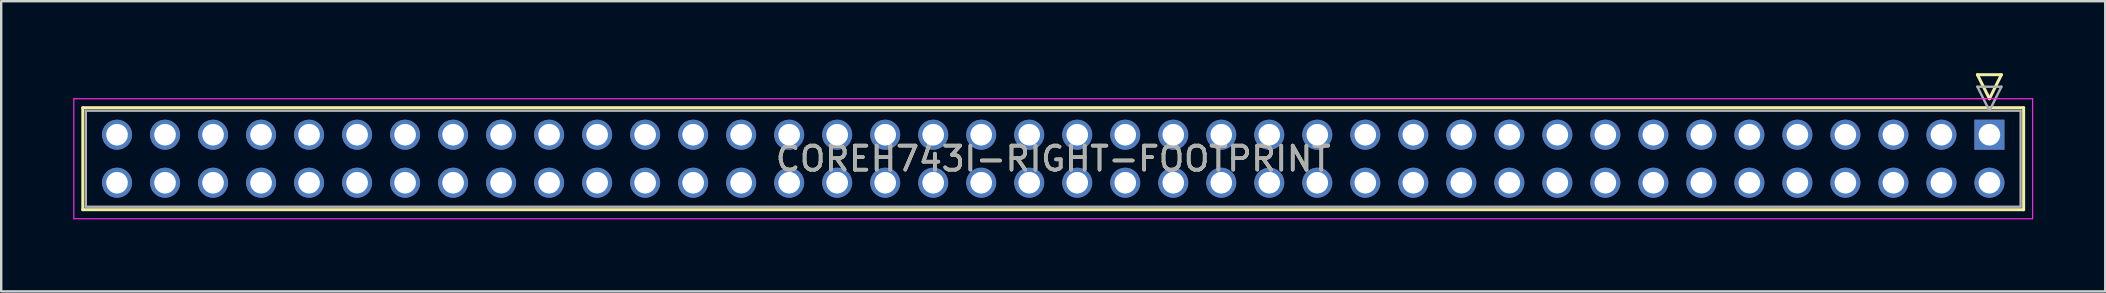
<source format=kicad_pcb>
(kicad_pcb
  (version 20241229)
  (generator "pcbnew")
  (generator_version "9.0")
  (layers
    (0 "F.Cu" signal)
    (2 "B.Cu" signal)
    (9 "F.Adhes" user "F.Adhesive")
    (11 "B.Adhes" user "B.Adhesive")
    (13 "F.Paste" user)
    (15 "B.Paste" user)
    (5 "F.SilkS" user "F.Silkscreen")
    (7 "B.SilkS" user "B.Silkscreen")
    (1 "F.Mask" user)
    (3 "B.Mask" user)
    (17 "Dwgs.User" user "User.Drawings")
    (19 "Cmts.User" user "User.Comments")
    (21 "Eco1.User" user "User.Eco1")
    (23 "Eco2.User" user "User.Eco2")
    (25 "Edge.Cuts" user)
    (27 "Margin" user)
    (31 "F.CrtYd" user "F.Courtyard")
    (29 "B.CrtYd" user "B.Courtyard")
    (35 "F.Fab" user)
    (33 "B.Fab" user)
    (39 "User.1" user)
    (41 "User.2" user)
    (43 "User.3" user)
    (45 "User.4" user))
  (footprint "COREH743I-RIGHT-FOOTPRINT"
    (layer "F.Cu")
    (at 79.825 2.562)
    (property "Reference" "COREH743I-RIGHT-FOOTPRINT" (at -39 1 0) (unlocked yes) (layer "F.SilkS") (effects (font (size 1 1) (thickness 0.15))))
    (attr through_hole)
    (fp_line (start -79.425 -1.125) (end -79.425 3.125) (stroke (width 0.125) (type solid)) (layer "F.SilkS"))
    (fp_line (start -79.425 3.125) (end 1.425 3.125) (stroke (width 0.125) (type solid)) (layer "F.SilkS"))
    (fp_line (start -0.5 -2.5) (end 0.5 -2.5) (stroke (width 0.125) (type solid)) (layer "F.SilkS"))
    (fp_line (start 0 -1.5) (end -0.5 -2.5) (stroke (width 0.125) (type solid)) (layer "F.SilkS"))
    (fp_line (start 0.5 -2.5) (end 0 -1.5) (stroke (width 0.125) (type solid)) (layer "F.SilkS"))
    (fp_line (start 1.425 -1.125) (end -79.425 -1.125) (stroke (width 0.125) (type solid)) (layer "F.SilkS"))
    (fp_line (start 1.425 3.125) (end 1.425 -1.125) (stroke (width 0.125) (type solid)) (layer "F.SilkS"))
    (fp_line (start -79.8 -1.5) (end -79.8 3.5) (stroke (width 0.05) (type solid)) (layer "F.CrtYd"))
    (fp_line (start -79.8 3.5) (end 1.8 3.5) (stroke (width 0.05) (type solid)) (layer "F.CrtYd"))
    (fp_line (start 1.8 -1.5) (end -79.8 -1.5) (stroke (width 0.05) (type solid)) (layer "F.CrtYd"))
    (fp_line (start 1.8 3.5) (end 1.8 -1.5) (stroke (width 0.05) (type solid)) (layer "F.CrtYd"))
    (fp_line (start -79.3 -1) (end -79.3 3) (stroke (width 0.1) (type solid)) (layer "F.Fab"))
    (fp_line (start -79.3 3) (end 1.3 3) (stroke (width 0.1) (type solid)) (layer "F.Fab"))
    (fp_line (start -0.5 -2) (end 0.5 -2) (stroke (width 0.1) (type solid)) (layer "F.Fab"))
    (fp_line (start 0 -1) (end -0.5 -2) (stroke (width 0.1) (type solid)) (layer "F.Fab"))
    (fp_line (start 0.5 -2) (end 0 -1) (stroke (width 0.1) (type solid)) (layer "F.Fab"))
    (fp_line (start 1.3 -1) (end -79.3 -1) (stroke (width 0.1) (type solid)) (layer "F.Fab"))
    (fp_line (start 1.3 3) (end 1.3 -1) (stroke (width 0.1) (type solid)) (layer "F.Fab"))
    (fp_text user "${REFERENCE}" (at -39 1 0) (unlocked yes) (layer "F.Fab") (effects (font (size 1 1) (thickness 0.15))))
    (pad "1" thru_hole rect (at 0 0) (size 1.25 1.25) (drill 0.9) (layers "*.Cu" "*.Mask"))
    (pad "2" thru_hole circle (at 0 2) (size 1.25 1.25) (drill 0.9) (layers "*.Cu" "*.Mask"))
    (pad "3" thru_hole circle (at -2 0) (size 1.25 1.25) (drill 0.9) (layers "*.Cu" "*.Mask"))
    (pad "4" thru_hole circle (at -2 2) (size 1.25 1.25) (drill 0.9) (layers "*.Cu" "*.Mask"))
    (pad "5" thru_hole circle (at -4 0) (size 1.25 1.25) (drill 0.9) (layers "*.Cu" "*.Mask"))
    (pad "6" thru_hole circle (at -4 2) (size 1.25 1.25) (drill 0.9) (layers "*.Cu" "*.Mask"))
    (pad "7" thru_hole circle (at -6 0) (size 1.25 1.25) (drill 0.9) (layers "*.Cu" "*.Mask"))
    (pad "8" thru_hole circle (at -6 2) (size 1.25 1.25) (drill 0.9) (layers "*.Cu" "*.Mask"))
    (pad "9" thru_hole circle (at -8 0) (size 1.25 1.25) (drill 0.9) (layers "*.Cu" "*.Mask"))
    (pad "10" thru_hole circle (at -8 2) (size 1.25 1.25) (drill 0.9) (layers "*.Cu" "*.Mask"))
    (pad "11" thru_hole circle (at -10 0) (size 1.25 1.25) (drill 0.9) (layers "*.Cu" "*.Mask"))
    (pad "12" thru_hole circle (at -10 2) (size 1.25 1.25) (drill 0.9) (layers "*.Cu" "*.Mask"))
    (pad "13" thru_hole circle (at -12 0) (size 1.25 1.25) (drill 0.9) (layers "*.Cu" "*.Mask"))
    (pad "14" thru_hole circle (at -12 2) (size 1.25 1.25) (drill 0.9) (layers "*.Cu" "*.Mask"))
    (pad "15" thru_hole circle (at -14 0) (size 1.25 1.25) (drill 0.9) (layers "*.Cu" "*.Mask"))
    (pad "16" thru_hole circle (at -14 2) (size 1.25 1.25) (drill 0.9) (layers "*.Cu" "*.Mask"))
    (pad "17" thru_hole circle (at -16 0) (size 1.25 1.25) (drill 0.9) (layers "*.Cu" "*.Mask"))
    (pad "18" thru_hole circle (at -16 2) (size 1.25 1.25) (drill 0.9) (layers "*.Cu" "*.Mask"))
    (pad "19" thru_hole circle (at -18 0) (size 1.25 1.25) (drill 0.9) (layers "*.Cu" "*.Mask"))
    (pad "20" thru_hole circle (at -18 2) (size 1.25 1.25) (drill 0.9) (layers "*.Cu" "*.Mask"))
    (pad "21" thru_hole circle (at -20 0) (size 1.25 1.25) (drill 0.9) (layers "*.Cu" "*.Mask"))
    (pad "22" thru_hole circle (at -20 2) (size 1.25 1.25) (drill 0.9) (layers "*.Cu" "*.Mask"))
    (pad "23" thru_hole circle (at -22 0) (size 1.25 1.25) (drill 0.9) (layers "*.Cu" "*.Mask"))
    (pad "24" thru_hole circle (at -22 2) (size 1.25 1.25) (drill 0.9) (layers "*.Cu" "*.Mask"))
    (pad "25" thru_hole circle (at -24 0) (size 1.25 1.25) (drill 0.9) (layers "*.Cu" "*.Mask"))
    (pad "26" thru_hole circle (at -24 2) (size 1.25 1.25) (drill 0.9) (layers "*.Cu" "*.Mask"))
    (pad "27" thru_hole circle (at -26 0) (size 1.25 1.25) (drill 0.9) (layers "*.Cu" "*.Mask"))
    (pad "28" thru_hole circle (at -26 2) (size 1.25 1.25) (drill 0.9) (layers "*.Cu" "*.Mask"))
    (pad "29" thru_hole circle (at -28 0) (size 1.25 1.25) (drill 0.9) (layers "*.Cu" "*.Mask"))
    (pad "30" thru_hole circle (at -28 2) (size 1.25 1.25) (drill 0.9) (layers "*.Cu" "*.Mask"))
    (pad "31" thru_hole circle (at -30 0) (size 1.25 1.25) (drill 0.9) (layers "*.Cu" "*.Mask"))
    (pad "32" thru_hole circle (at -30 2) (size 1.25 1.25) (drill 0.9) (layers "*.Cu" "*.Mask"))
    (pad "33" thru_hole circle (at -32 0) (size 1.25 1.25) (drill 0.9) (layers "*.Cu" "*.Mask"))
    (pad "34" thru_hole circle (at -32 2) (size 1.25 1.25) (drill 0.9) (layers "*.Cu" "*.Mask"))
    (pad "35" thru_hole circle (at -34 0) (size 1.25 1.25) (drill 0.9) (layers "*.Cu" "*.Mask"))
    (pad "36" thru_hole circle (at -34 2) (size 1.25 1.25) (drill 0.9) (layers "*.Cu" "*.Mask"))
    (pad "37" thru_hole circle (at -36 0) (size 1.25 1.25) (drill 0.9) (layers "*.Cu" "*.Mask"))
    (pad "38" thru_hole circle (at -36 2) (size 1.25 1.25) (drill 0.9) (layers "*.Cu" "*.Mask"))
    (pad "39" thru_hole circle (at -38 0) (size 1.25 1.25) (drill 0.9) (layers "*.Cu" "*.Mask"))
    (pad "40" thru_hole circle (at -38 2) (size 1.25 1.25) (drill 0.9) (layers "*.Cu" "*.Mask"))
    (pad "41" thru_hole circle (at -40 0) (size 1.25 1.25) (drill 0.9) (layers "*.Cu" "*.Mask"))
    (pad "42" thru_hole circle (at -40 2) (size 1.25 1.25) (drill 0.9) (layers "*.Cu" "*.Mask"))
    (pad "43" thru_hole circle (at -42 0) (size 1.25 1.25) (drill 0.9) (layers "*.Cu" "*.Mask"))
    (pad "44" thru_hole circle (at -42 2) (size 1.25 1.25) (drill 0.9) (layers "*.Cu" "*.Mask"))
    (pad "45" thru_hole circle (at -44 0) (size 1.25 1.25) (drill 0.9) (layers "*.Cu" "*.Mask"))
    (pad "46" thru_hole circle (at -44 2) (size 1.25 1.25) (drill 0.9) (layers "*.Cu" "*.Mask"))
    (pad "47" thru_hole circle (at -46 0) (size 1.25 1.25) (drill 0.9) (layers "*.Cu" "*.Mask"))
    (pad "48" thru_hole circle (at -46 2) (size 1.25 1.25) (drill 0.9) (layers "*.Cu" "*.Mask"))
    (pad "49" thru_hole circle (at -48 0) (size 1.25 1.25) (drill 0.9) (layers "*.Cu" "*.Mask"))
    (pad "50" thru_hole circle (at -48 2) (size 1.25 1.25) (drill 0.9) (layers "*.Cu" "*.Mask"))
    (pad "51" thru_hole circle (at -50 0) (size 1.25 1.25) (drill 0.9) (layers "*.Cu" "*.Mask"))
    (pad "52" thru_hole circle (at -50 2) (size 1.25 1.25) (drill 0.9) (layers "*.Cu" "*.Mask"))
    (pad "53" thru_hole circle (at -52 0) (size 1.25 1.25) (drill 0.9) (layers "*.Cu" "*.Mask"))
    (pad "54" thru_hole circle (at -52 2) (size 1.25 1.25) (drill 0.9) (layers "*.Cu" "*.Mask"))
    (pad "55" thru_hole circle (at -54 0) (size 1.25 1.25) (drill 0.9) (layers "*.Cu" "*.Mask"))
    (pad "56" thru_hole circle (at -54 2) (size 1.25 1.25) (drill 0.9) (layers "*.Cu" "*.Mask"))
    (pad "57" thru_hole circle (at -56 0) (size 1.25 1.25) (drill 0.9) (layers "*.Cu" "*.Mask"))
    (pad "58" thru_hole circle (at -56 2) (size 1.25 1.25) (drill 0.9) (layers "*.Cu" "*.Mask"))
    (pad "59" thru_hole circle (at -58 0) (size 1.25 1.25) (drill 0.9) (layers "*.Cu" "*.Mask"))
    (pad "60" thru_hole circle (at -58 2) (size 1.25 1.25) (drill 0.9) (layers "*.Cu" "*.Mask"))
    (pad "61" thru_hole circle (at -60 0) (size 1.25 1.25) (drill 0.9) (layers "*.Cu" "*.Mask"))
    (pad "62" thru_hole circle (at -60 2) (size 1.25 1.25) (drill 0.9) (layers "*.Cu" "*.Mask"))
    (pad "63" thru_hole circle (at -62 0) (size 1.25 1.25) (drill 0.9) (layers "*.Cu" "*.Mask"))
    (pad "64" thru_hole circle (at -62 2) (size 1.25 1.25) (drill 0.9) (layers "*.Cu" "*.Mask"))
    (pad "65" thru_hole circle (at -64 0) (size 1.25 1.25) (drill 0.9) (layers "*.Cu" "*.Mask"))
    (pad "66" thru_hole circle (at -64 2) (size 1.25 1.25) (drill 0.9) (layers "*.Cu" "*.Mask"))
    (pad "67" thru_hole circle (at -66 0) (size 1.25 1.25) (drill 0.9) (layers "*.Cu" "*.Mask"))
    (pad "68" thru_hole circle (at -66 2) (size 1.25 1.25) (drill 0.9) (layers "*.Cu" "*.Mask"))
    (pad "69" thru_hole circle (at -68 0) (size 1.25 1.25) (drill 0.9) (layers "*.Cu" "*.Mask"))
    (pad "70" thru_hole circle (at -68 2) (size 1.25 1.25) (drill 0.9) (layers "*.Cu" "*.Mask"))
    (pad "71" thru_hole circle (at -70 0) (size 1.25 1.25) (drill 0.9) (layers "*.Cu" "*.Mask"))
    (pad "72" thru_hole circle (at -70 2) (size 1.25 1.25) (drill 0.9) (layers "*.Cu" "*.Mask"))
    (pad "73" thru_hole circle (at -72 0) (size 1.25 1.25) (drill 0.9) (layers "*.Cu" "*.Mask"))
    (pad "74" thru_hole circle (at -72 2) (size 1.25 1.25) (drill 0.9) (layers "*.Cu" "*.Mask"))
    (pad "75" thru_hole circle (at -74 0) (size 1.25 1.25) (drill 0.9) (layers "*.Cu" "*.Mask"))
    (pad "76" thru_hole circle (at -74 2) (size 1.25 1.25) (drill 0.9) (layers "*.Cu" "*.Mask"))
    (pad "77" thru_hole circle (at -76 0) (size 1.25 1.25) (drill 0.9) (layers "*.Cu" "*.Mask"))
    (pad "78" thru_hole circle (at -76 2) (size 1.25 1.25) (drill 0.9) (layers "*.Cu" "*.Mask"))
    (pad "79" thru_hole circle (at -78 0) (size 1.25 1.25) (drill 0.9) (layers "*.Cu" "*.Mask"))
    (pad "80" thru_hole circle (at -78 2) (size 1.25 1.25) (drill 0.9) (layers "*.Cu" "*.Mask")))
  (gr_rect
    (start -3 -3)
    (end 84.65 9.088)
    (stroke (width 0.1) (type default))
    (fill no)
    (layer "Edge.Cuts")))
</source>
